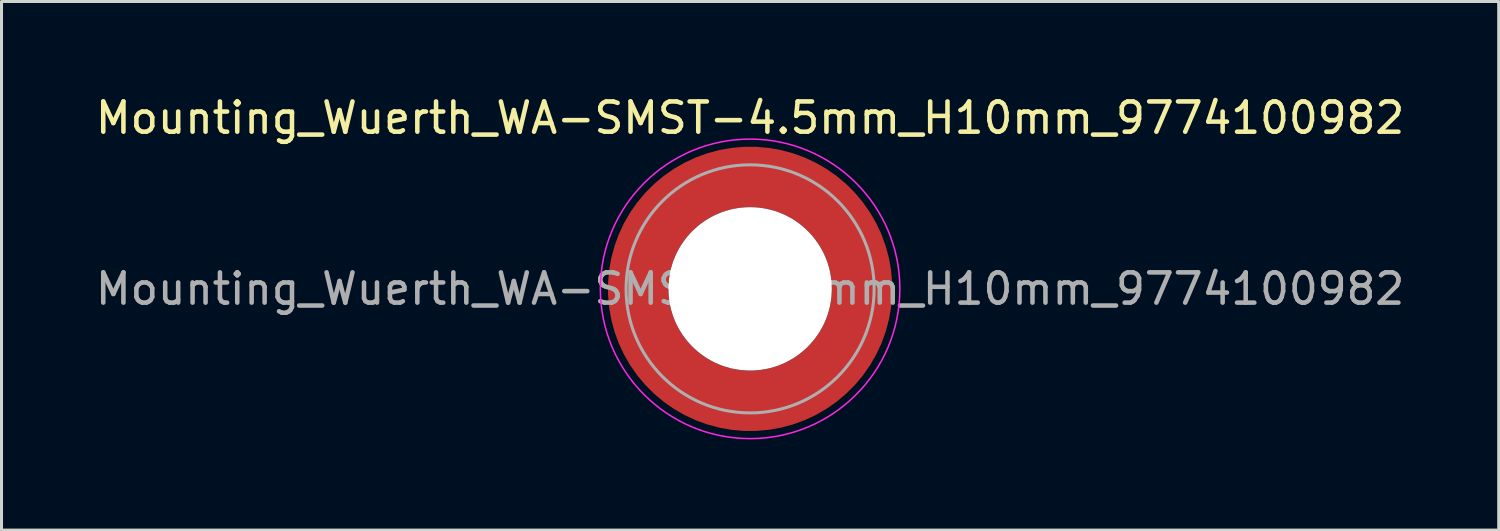
<source format=kicad_pcb>
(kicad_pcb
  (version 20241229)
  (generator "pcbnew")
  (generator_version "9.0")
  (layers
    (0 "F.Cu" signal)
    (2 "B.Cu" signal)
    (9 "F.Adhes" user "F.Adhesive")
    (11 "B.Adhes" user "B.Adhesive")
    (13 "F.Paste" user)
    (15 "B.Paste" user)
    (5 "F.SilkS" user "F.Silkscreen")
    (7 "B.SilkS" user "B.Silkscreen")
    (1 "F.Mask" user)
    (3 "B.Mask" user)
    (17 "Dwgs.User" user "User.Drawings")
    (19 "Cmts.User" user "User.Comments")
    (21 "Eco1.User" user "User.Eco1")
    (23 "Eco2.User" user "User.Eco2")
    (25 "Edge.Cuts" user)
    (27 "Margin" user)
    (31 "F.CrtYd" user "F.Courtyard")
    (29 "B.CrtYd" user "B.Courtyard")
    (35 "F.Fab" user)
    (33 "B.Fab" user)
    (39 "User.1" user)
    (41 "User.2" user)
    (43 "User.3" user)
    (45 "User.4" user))
  (footprint "Mounting_Wuerth_WA-SMST-4.5mm_H10mm_9774100982"
    (layer "F.Cu")
    (at 21.744 6.498)
    (property "Reference" "Mounting_Wuerth_WA-SMST-4.5mm_H10mm_9774100982" (at 0 -5.65 0) (layer "F.SilkS") (effects (font (size 1 1) (thickness 0.15))))
    (attr smd allow_soldermask_bridges)
    (fp_circle (center 0 0) (end 4.95 0) (stroke (width 0.05) (type solid)) (fill no) (layer "F.CrtYd"))
    (fp_circle (center 0 0) (end 4.1 0) (stroke (width 0.1) (type solid)) (fill no) (layer "F.Fab"))
    (fp_text user "${REFERENCE}" (at 0 0 0) (layer "F.Fab") (effects (font (size 1 1) (thickness 0.15))))
    (pad "" smd custom (at -2.607 -2.607) (size 0.948 0.948) (layers "F.Paste") (options (anchor circle)) (primitives (gr_arc (start -0.188183 2.107456) (mid 0.599273 0.599273) (end 2.107456 -0.188183) (width 0.2)) (gr_arc (start -0.289416 2.107456) (mid 0.52877 0.52877) (end 2.107456 -0.289416) (width 0.2)) (gr_arc (start -0.390547 2.107456) (mid 0.458268 0.458268) (end 2.107456 -0.390547) (width 0.2)) (gr_arc (start -0.491585 2.107456) (mid 0.387765 0.387765) (end 2.107456 -0.491585) (width 0.2)) (gr_arc (start -0.59254 2.107456) (mid 0.317262 0.317262) (end 2.107456 -0.59254) (width 0.2)) (gr_arc (start -0.693419 2.107456) (mid 0.246759 0.246759) (end 2.107456 -0.693419) (width 0.2)) (gr_arc (start -0.794229 2.107456) (mid 0.176257 0.176257) (end 2.107456 -0.794229) (width 0.2)) (gr_arc (start -0.894975 2.107456) (mid 0.105754 0.105754) (end 2.107456 -0.894975) (width 0.2)) (gr_arc (start -0.995664 2.107456) (mid 0.035251 0.035251) (end 2.107456 -0.995664) (width 0.2)) (gr_arc (start -1.0963 2.107456) (mid -0.035251 -0.035251) (end 2.107456 -1.0963) (width 0.2)) (gr_arc (start -1.196886 2.107456) (mid -0.105754 -0.105754) (end 2.107456 -1.196886) (width 0.2)) (gr_arc (start -1.297427 2.107456) (mid -0.176257 -0.176257) (end 2.107456 -1.297427) (width 0.2)) (gr_arc (start -1.397927 2.107456) (mid -0.246759 -0.246759) (end 2.107456 -1.397927) (width 0.2)) (gr_arc (start -1.498388 2.107456) (mid -0.317262 -0.317262) (end 2.107456 -1.498388) (width 0.2)) (gr_arc (start -1.598813 2.107456) (mid -0.387765 -0.387765) (end 2.107456 -1.598813) (width 0.2)) (gr_arc (start -1.699204 2.107456) (mid -0.458268 -0.458268) (end 2.107456 -1.699204) (width 0.2)) (gr_arc (start -1.799565 2.107456) (mid -0.52877 -0.52877) (end 2.107456 -1.799565) (width 0.2)) (gr_arc (start -1.899896 2.107456) (mid -0.599273 -0.599273) (end 2.107456 -1.899896) (width 0.2)) (gr_arc (start -1.899896 2.107456) (mid -0.599273 -0.599273) (end 2.107456 -1.899896) (width 0.2)) (gr_line (start 2.107 -0.188) (end 2.107 -1.9) (width 0.2)) (gr_line (start -0.188 2.107) (end -1.9 2.107) (width 0.2))))
    (pad "" smd custom (at -2.607 2.607) (size 0.948 0.948) (layers "F.Paste") (options (anchor circle)) (primitives (gr_arc (start 2.107456 0.188183) (mid 0.599273 -0.599273) (end -0.188183 -2.107456) (width 0.2)) (gr_arc (start 2.107456 0.289416) (mid 0.52877 -0.52877) (end -0.289416 -2.107456) (width 0.2)) (gr_arc (start 2.107456 0.390547) (mid 0.458268 -0.458268) (end -0.390547 -2.107456) (width 0.2)) (gr_arc (start 2.107456 0.491585) (mid 0.387765 -0.387765) (end -0.491585 -2.107456) (width 0.2)) (gr_arc (start 2.107456 0.59254) (mid 0.317262 -0.317262) (end -0.59254 -2.107456) (width 0.2)) (gr_arc (start 2.107456 0.693419) (mid 0.246759 -0.246759) (end -0.693419 -2.107456) (width 0.2)) (gr_arc (start 2.107456 0.794229) (mid 0.176257 -0.176257) (end -0.794229 -2.107456) (width 0.2)) (gr_arc (start 2.107456 0.894975) (mid 0.105754 -0.105754) (end -0.894975 -2.107456) (width 0.2)) (gr_arc (start 2.107456 0.995664) (mid 0.035251 -0.035251) (end -0.995664 -2.107456) (width 0.2)) (gr_arc (start 2.107456 1.0963) (mid -0.035251 0.035251) (end -1.0963 -2.107456) (width 0.2)) (gr_arc (start 2.107456 1.196886) (mid -0.105754 0.105754) (end -1.196886 -2.107456) (width 0.2)) (gr_arc (start 2.107456 1.297427) (mid -0.176257 0.176257) (end -1.297427 -2.107456) (width 0.2)) (gr_arc (start 2.107456 1.397927) (mid -0.246759 0.246759) (end -1.397927 -2.107456) (width 0.2)) (gr_arc (start 2.107456 1.498388) (mid -0.317262 0.317262) (end -1.498388 -2.107456) (width 0.2)) (gr_arc (start 2.107456 1.598813) (mid -0.387765 0.387765) (end -1.598813 -2.107456) (width 0.2)) (gr_arc (start 2.107456 1.699204) (mid -0.458268 0.458268) (end -1.699204 -2.107456) (width 0.2)) (gr_arc (start 2.107456 1.799565) (mid -0.52877 0.52877) (end -1.799565 -2.107456) (width 0.2)) (gr_arc (start 2.107456 1.899896) (mid -0.599273 0.599273) (end -1.899896 -2.107456) (width 0.2)) (gr_arc (start 2.107456 1.899896) (mid -0.599273 0.599273) (end -1.899896 -2.107456) (width 0.2)) (gr_line (start -0.188 -2.107) (end -1.9 -2.107) (width 0.2)) (gr_line (start 2.107 0.188) (end 2.107 1.9) (width 0.2))))
    (pad "" np_thru_hole circle (at 0 0) (size 5.4 5.4) (drill 5.4) (layers "*.Cu" "*.Mask"))
    (pad "" smd custom (at 2.607 -2.607) (size 0.948 0.948) (layers "F.Paste") (options (anchor circle)) (primitives (gr_arc (start -2.107456 -0.188183) (mid -0.599273 0.599273) (end 0.188183 2.107456) (width 0.2)) (gr_arc (start -2.107456 -0.289416) (mid -0.52877 0.52877) (end 0.289416 2.107456) (width 0.2)) (gr_arc (start -2.107456 -0.390547) (mid -0.458268 0.458268) (end 0.390547 2.107456) (width 0.2)) (gr_arc (start -2.107456 -0.491585) (mid -0.387765 0.387765) (end 0.491585 2.107456) (width 0.2)) (gr_arc (start -2.107456 -0.59254) (mid -0.317262 0.317262) (end 0.59254 2.107456) (width 0.2)) (gr_arc (start -2.107456 -0.693419) (mid -0.246759 0.246759) (end 0.693419 2.107456) (width 0.2)) (gr_arc (start -2.107456 -0.794229) (mid -0.176257 0.176257) (end 0.794229 2.107456) (width 0.2)) (gr_arc (start -2.107456 -0.894975) (mid -0.105754 0.105754) (end 0.894975 2.107456) (width 0.2)) (gr_arc (start -2.107456 -0.995664) (mid -0.035251 0.035251) (end 0.995664 2.107456) (width 0.2)) (gr_arc (start -2.107456 -1.0963) (mid 0.035251 -0.035251) (end 1.0963 2.107456) (width 0.2)) (gr_arc (start -2.107456 -1.196886) (mid 0.105754 -0.105754) (end 1.196886 2.107456) (width 0.2)) (gr_arc (start -2.107456 -1.297427) (mid 0.176257 -0.176257) (end 1.297427 2.107456) (width 0.2)) (gr_arc (start -2.107456 -1.397927) (mid 0.246759 -0.246759) (end 1.397927 2.107456) (width 0.2)) (gr_arc (start -2.107456 -1.498388) (mid 0.317262 -0.317262) (end 1.498388 2.107456) (width 0.2)) (gr_arc (start -2.107456 -1.598813) (mid 0.387765 -0.387765) (end 1.598813 2.107456) (width 0.2)) (gr_arc (start -2.107456 -1.699204) (mid 0.458268 -0.458268) (end 1.699204 2.107456) (width 0.2)) (gr_arc (start -2.107456 -1.799565) (mid 0.52877 -0.52877) (end 1.799565 2.107456) (width 0.2)) (gr_arc (start -2.107456 -1.899896) (mid 0.599273 -0.599273) (end 1.899896 2.107456) (width 0.2)) (gr_arc (start -2.107456 -1.899896) (mid 0.599273 -0.599273) (end 1.899896 2.107456) (width 0.2)) (gr_line (start 0.188 2.107) (end 1.9 2.107) (width 0.2)) (gr_line (start -2.107 -0.188) (end -2.107 -1.9) (width 0.2))))
    (pad "" smd custom (at 2.607 2.607) (size 0.948 0.948) (layers "F.Paste") (options (anchor circle)) (primitives (gr_arc (start 0.188183 -2.107456) (mid -0.599273 -0.599273) (end -2.107456 0.188183) (width 0.2)) (gr_arc (start 0.289416 -2.107456) (mid -0.52877 -0.52877) (end -2.107456 0.289416) (width 0.2)) (gr_arc (start 0.390547 -2.107456) (mid -0.458268 -0.458268) (end -2.107456 0.390547) (width 0.2)) (gr_arc (start 0.491585 -2.107456) (mid -0.387765 -0.387765) (end -2.107456 0.491585) (width 0.2)) (gr_arc (start 0.59254 -2.107456) (mid -0.317262 -0.317262) (end -2.107456 0.59254) (width 0.2)) (gr_arc (start 0.693419 -2.107456) (mid -0.246759 -0.246759) (end -2.107456 0.693419) (width 0.2)) (gr_arc (start 0.794229 -2.107456) (mid -0.176257 -0.176257) (end -2.107456 0.794229) (width 0.2)) (gr_arc (start 0.894975 -2.107456) (mid -0.105754 -0.105754) (end -2.107456 0.894975) (width 0.2)) (gr_arc (start 0.995664 -2.107456) (mid -0.035251 -0.035251) (end -2.107456 0.995664) (width 0.2)) (gr_arc (start 1.0963 -2.107456) (mid 0.035251 0.035251) (end -2.107456 1.0963) (width 0.2)) (gr_arc (start 1.196886 -2.107456) (mid 0.105754 0.105754) (end -2.107456 1.196886) (width 0.2)) (gr_arc (start 1.297427 -2.107456) (mid 0.176257 0.176257) (end -2.107456 1.297427) (width 0.2)) (gr_arc (start 1.397927 -2.107456) (mid 0.246759 0.246759) (end -2.107456 1.397927) (width 0.2)) (gr_arc (start 1.498388 -2.107456) (mid 0.317262 0.317262) (end -2.107456 1.498388) (width 0.2)) (gr_arc (start 1.598813 -2.107456) (mid 0.387765 0.387765) (end -2.107456 1.598813) (width 0.2)) (gr_arc (start 1.699204 -2.107456) (mid 0.458268 0.458268) (end -2.107456 1.699204) (width 0.2)) (gr_arc (start 1.799565 -2.107456) (mid 0.52877 0.52877) (end -2.107456 1.799565) (width 0.2)) (gr_arc (start 1.899896 -2.107456) (mid 0.599273 0.599273) (end -2.107456 1.899896) (width 0.2)) (gr_arc (start 1.899896 -2.107456) (mid 0.599273 0.599273) (end -2.107456 1.899896) (width 0.2)) (gr_line (start -2.107 0.188) (end -2.107 1.9) (width 0.2)) (gr_line (start 0.188 -2.107) (end 1.9 -2.107) (width 0.2))))
    (pad "1" smd circle (at -3.7 0) (size 1.492 1.492) (layers "F.Cu"))
    (pad "1" smd circle (at 0 -3.7) (size 1.492 1.492) (layers "F.Cu"))
    (pad "1" smd circle (at 0 3.7) (size 1.492 1.492) (layers "F.Cu"))
    (pad "1" smd custom (at 3.7 0) (size 2 2) (layers "F.Cu" "F.Mask") (options (anchor circle)) (primitives (gr_circle (center -3.7 0) (end 0 0) (width 2) (fill no)))))
  (gr_rect
    (start -3 -3)
    (end 46.488 14.473)
    (stroke (width 0.1) (type default))
    (fill no)
    (layer "Edge.Cuts")))
</source>
